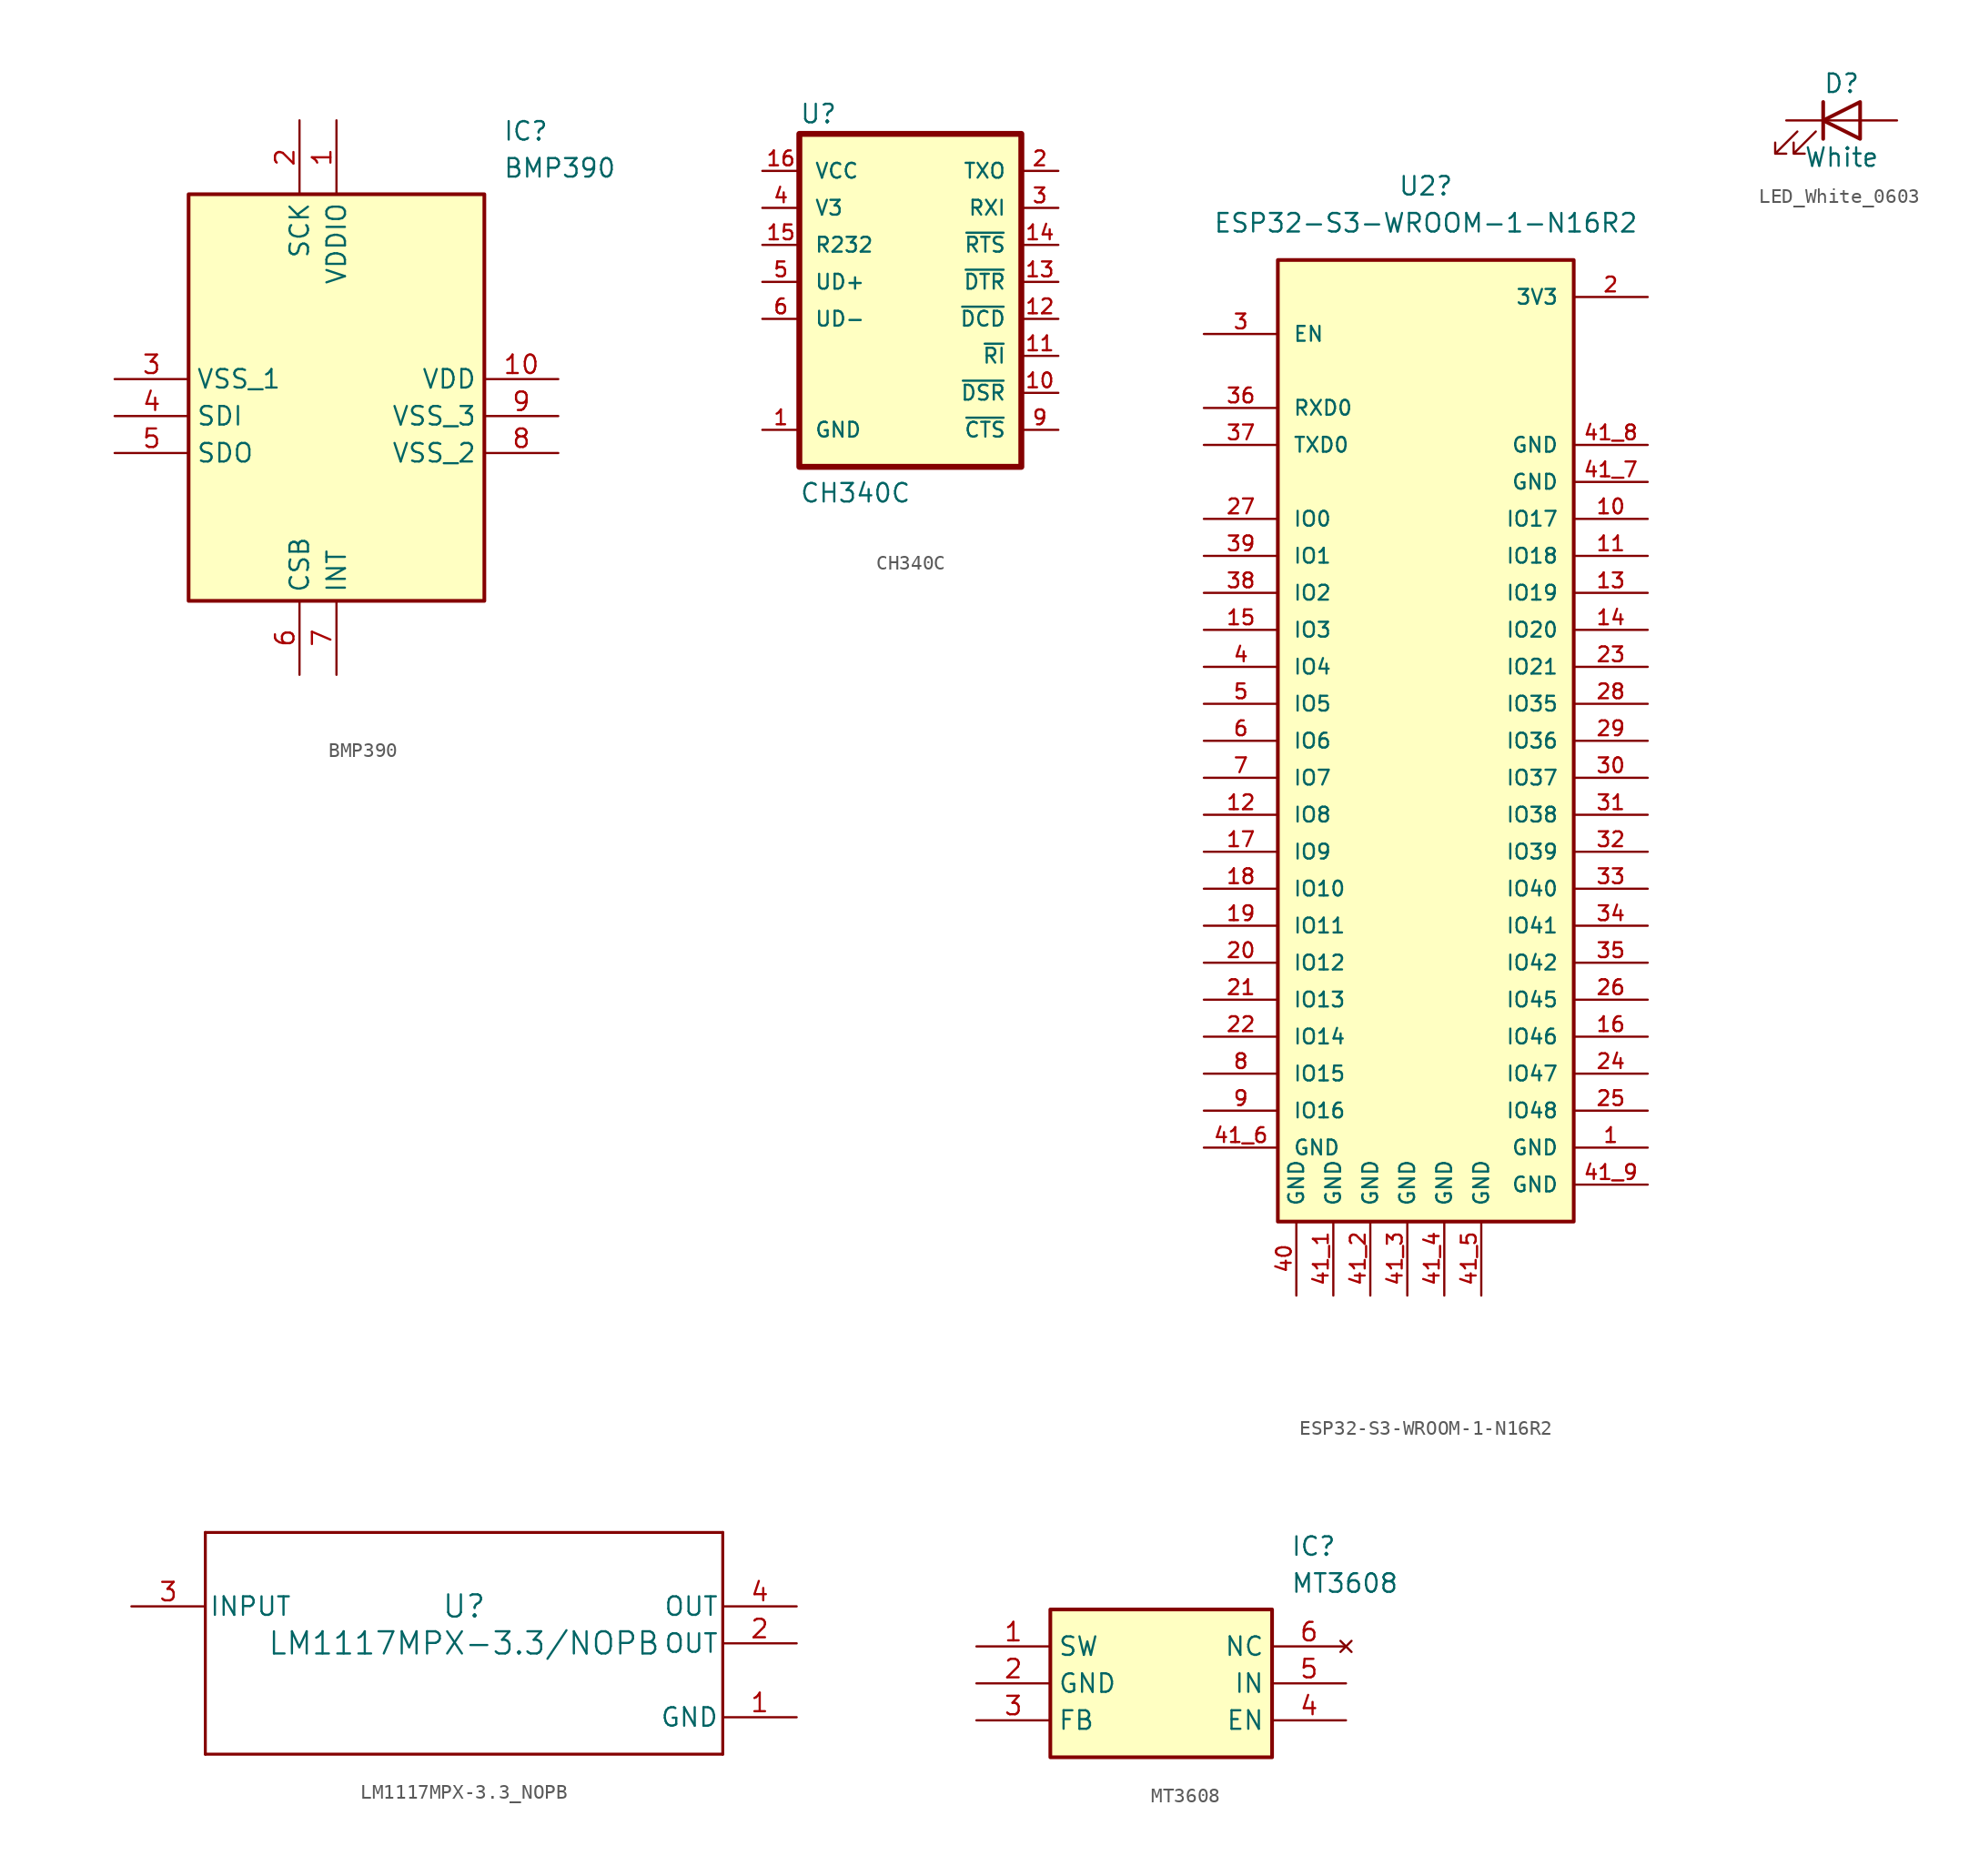
<source format=kicad_sym>
(kicad_symbol_lib
  (version 20220914)
  (generator kicad_symbol_editor)
  (symbol "BMP390"
    (property "Reference" "IC"
      (at 26.67 17.78 0)
      (effects (font (size 1.27 1.27)) (justify left top)))
    (property "Value" "BMP390"
      (at 26.67 15.24 0)
      (effects (font (size 1.27 1.27)) (justify left top)))
    (symbol "BMP390_1_1"
      (rectangle (start 5.08 12.7) (end 25.4 -15.24) (stroke (width 0.254) (type default)) (fill (type background)))
      (pin passive line (at 15.24 17.78 270) (length 5.08) (name "VDDIO" (effects (font (size 1.27 1.27)))) (number "1" (effects (font (size 1.27 1.27)))))
      (pin passive line (at 30.48 0 180) (length 5.08) (name "VDD" (effects (font (size 1.27 1.27)))) (number "10" (effects (font (size 1.27 1.27)))))
      (pin passive line (at 12.7 17.78 270) (length 5.08) (name "SCK" (effects (font (size 1.27 1.27)))) (number "2" (effects (font (size 1.27 1.27)))))
      (pin passive line (at 0 0 0) (length 5.08) (name "VSS_1" (effects (font (size 1.27 1.27)))) (number "3" (effects (font (size 1.27 1.27)))))
      (pin passive line (at 0 -2.54 0) (length 5.08) (name "SDI" (effects (font (size 1.27 1.27)))) (number "4" (effects (font (size 1.27 1.27)))))
      (pin passive line (at 0 -5.08 0) (length 5.08) (name "SDO" (effects (font (size 1.27 1.27)))) (number "5" (effects (font (size 1.27 1.27)))))
      (pin passive line (at 12.7 -20.32 90) (length 5.08) (name "CSB" (effects (font (size 1.27 1.27)))) (number "6" (effects (font (size 1.27 1.27)))))
      (pin passive line (at 15.24 -20.32 90) (length 5.08) (name "INT" (effects (font (size 1.27 1.27)))) (number "7" (effects (font (size 1.27 1.27)))))
      (pin passive line (at 30.48 -5.08 180) (length 5.08) (name "VSS_2" (effects (font (size 1.27 1.27)))) (number "8" (effects (font (size 1.27 1.27)))))
      (pin passive line (at 30.48 -2.54 180) (length 5.08) (name "VSS_3" (effects (font (size 1.27 1.27)))) (number "9" (effects (font (size 1.27 1.27)))))))
  (symbol "CH340C"
    (pin_names
      (offset 1.016))
    (property "Reference" "U"
      (at -7.62 10.795 0)
      (effects (font (size 1.27 1.27)) (justify left bottom)))
    (property "Value" "CH340C"
      (at -7.62 -15.24 0)
      (effects (font (size 1.27 1.27)) (justify left bottom)))
    (symbol "CH340C_0_0"
      (rectangle (start -7.62 -12.7) (end 7.62 10.16) (stroke (width 0.406) (type default)) (fill (type background)))
      (pin bidirectional line (at -10.16 -10.16 0) (length 2.54) (name "GND" (effects (font (size 1.016 1.016)))) (number "1" (effects (font (size 1.016 1.016)))))
      (pin bidirectional line (at 10.16 -7.62 180) (length 2.54) (name "~{DSR}" (effects (font (size 1.016 1.016)))) (number "10" (effects (font (size 1.016 1.016)))))
      (pin bidirectional line (at 10.16 -5.08 180) (length 2.54) (name "~{RI}" (effects (font (size 1.016 1.016)))) (number "11" (effects (font (size 1.016 1.016)))))
      (pin bidirectional line (at 10.16 -2.54 180) (length 2.54) (name "~{DCD}" (effects (font (size 1.016 1.016)))) (number "12" (effects (font (size 1.016 1.016)))))
      (pin bidirectional line (at 10.16 0 180) (length 2.54) (name "~{DTR}" (effects (font (size 1.016 1.016)))) (number "13" (effects (font (size 1.016 1.016)))))
      (pin bidirectional line (at 10.16 2.54 180) (length 2.54) (name "~{RTS}" (effects (font (size 1.016 1.016)))) (number "14" (effects (font (size 1.016 1.016)))))
      (pin bidirectional line (at -10.16 2.54 0) (length 2.54) (name "R232" (effects (font (size 1.016 1.016)))) (number "15" (effects (font (size 1.016 1.016)))))
      (pin bidirectional line (at -10.16 7.62 0) (length 2.54) (name "VCC" (effects (font (size 1.016 1.016)))) (number "16" (effects (font (size 1.016 1.016)))))
      (pin bidirectional line (at 10.16 7.62 180) (length 2.54) (name "TXO" (effects (font (size 1.016 1.016)))) (number "2" (effects (font (size 1.016 1.016)))))
      (pin bidirectional line (at 10.16 5.08 180) (length 2.54) (name "RXI" (effects (font (size 1.016 1.016)))) (number "3" (effects (font (size 1.016 1.016)))))
      (pin bidirectional line (at -10.16 5.08 0) (length 2.54) (name "V3" (effects (font (size 1.016 1.016)))) (number "4" (effects (font (size 1.016 1.016)))))
      (pin bidirectional line (at -10.16 0 0) (length 2.54) (name "UD+" (effects (font (size 1.016 1.016)))) (number "5" (effects (font (size 1.016 1.016)))))
      (pin bidirectional line (at -10.16 -2.54 0) (length 2.54) (name "UD-" (effects (font (size 1.016 1.016)))) (number "6" (effects (font (size 1.016 1.016)))))
      (pin bidirectional line (at 10.16 -10.16 180) (length 2.54) (name "~{CTS}" (effects (font (size 1.016 1.016)))) (number "9" (effects (font (size 1.016 1.016)))))))
  (symbol "ESP32-S3-WROOM-1-N16R2"
    (pin_names
      (offset 1.016))
    (property "Reference" "U2"
      (at 0 38.1 0)
      (effects (font (size 1.27 1.27))))
    (property "Value" "ESP32-S3-WROOM-1-N16R2"
      (at 0 35.56 0)
      (effects (font (size 1.27 1.27))))
    (symbol "ESP32-S3-WROOM-1-N16R2_0_0"
      (rectangle (start -10.16 -33.02) (end 10.16 33.02) (stroke (width 0.254) (type default)) (fill (type background)))
      (pin power_in line (at 15.24 -27.94 180) (length 5.08) (name "GND" (effects (font (size 1.016 1.016)))) (number "1" (effects (font (size 1.016 1.016)))))
      (pin bidirectional line (at 15.24 15.24 180) (length 5.08) (name "IO17" (effects (font (size 1.016 1.016)))) (number "10" (effects (font (size 1.016 1.016)))))
      (pin bidirectional line (at 15.24 12.7 180) (length 5.08) (name "IO18" (effects (font (size 1.016 1.016)))) (number "11" (effects (font (size 1.016 1.016)))))
      (pin bidirectional line (at -15.24 -5.08 0) (length 5.08) (name "IO8" (effects (font (size 1.016 1.016)))) (number "12" (effects (font (size 1.016 1.016)))))
      (pin bidirectional line (at 15.24 10.16 180) (length 5.08) (name "IO19" (effects (font (size 1.016 1.016)))) (number "13" (effects (font (size 1.016 1.016)))))
      (pin bidirectional line (at 15.24 7.62 180) (length 5.08) (name "IO20" (effects (font (size 1.016 1.016)))) (number "14" (effects (font (size 1.016 1.016)))))
      (pin bidirectional line (at -15.24 7.62 0) (length 5.08) (name "IO3" (effects (font (size 1.016 1.016)))) (number "15" (effects (font (size 1.016 1.016)))))
      (pin bidirectional line (at 15.24 -20.32 180) (length 5.08) (name "IO46" (effects (font (size 1.016 1.016)))) (number "16" (effects (font (size 1.016 1.016)))))
      (pin bidirectional line (at -15.24 -7.62 0) (length 5.08) (name "IO9" (effects (font (size 1.016 1.016)))) (number "17" (effects (font (size 1.016 1.016)))))
      (pin bidirectional line (at -15.24 -10.16 0) (length 5.08) (name "IO10" (effects (font (size 1.016 1.016)))) (number "18" (effects (font (size 1.016 1.016)))))
      (pin bidirectional line (at -15.24 -12.7 0) (length 5.08) (name "IO11" (effects (font (size 1.016 1.016)))) (number "19" (effects (font (size 1.016 1.016)))))
      (pin power_in line (at 15.24 30.48 180) (length 5.08) (name "3V3" (effects (font (size 1.016 1.016)))) (number "2" (effects (font (size 1.016 1.016)))))
      (pin bidirectional line (at -15.24 -15.24 0) (length 5.08) (name "IO12" (effects (font (size 1.016 1.016)))) (number "20" (effects (font (size 1.016 1.016)))))
      (pin bidirectional line (at -15.24 -17.78 0) (length 5.08) (name "IO13" (effects (font (size 1.016 1.016)))) (number "21" (effects (font (size 1.016 1.016)))))
      (pin bidirectional line (at -15.24 -20.32 0) (length 5.08) (name "IO14" (effects (font (size 1.016 1.016)))) (number "22" (effects (font (size 1.016 1.016)))))
      (pin bidirectional line (at 15.24 5.08 180) (length 5.08) (name "IO21" (effects (font (size 1.016 1.016)))) (number "23" (effects (font (size 1.016 1.016)))))
      (pin bidirectional line (at 15.24 -22.86 180) (length 5.08) (name "IO47" (effects (font (size 1.016 1.016)))) (number "24" (effects (font (size 1.016 1.016)))))
      (pin bidirectional line (at 15.24 -25.4 180) (length 5.08) (name "IO48" (effects (font (size 1.016 1.016)))) (number "25" (effects (font (size 1.016 1.016)))))
      (pin bidirectional line (at 15.24 -17.78 180) (length 5.08) (name "IO45" (effects (font (size 1.016 1.016)))) (number "26" (effects (font (size 1.016 1.016)))))
      (pin bidirectional line (at -15.24 15.24 0) (length 5.08) (name "IO0" (effects (font (size 1.016 1.016)))) (number "27" (effects (font (size 1.016 1.016)))))
      (pin bidirectional line (at 15.24 2.54 180) (length 5.08) (name "IO35" (effects (font (size 1.016 1.016)))) (number "28" (effects (font (size 1.016 1.016)))))
      (pin bidirectional line (at 15.24 0 180) (length 5.08) (name "IO36" (effects (font (size 1.016 1.016)))) (number "29" (effects (font (size 1.016 1.016)))))
      (pin input line (at -15.24 27.94 0) (length 5.08) (name "EN" (effects (font (size 1.016 1.016)))) (number "3" (effects (font (size 1.016 1.016)))))
      (pin bidirectional line (at 15.24 -2.54 180) (length 5.08) (name "IO37" (effects (font (size 1.016 1.016)))) (number "30" (effects (font (size 1.016 1.016)))))
      (pin bidirectional line (at 15.24 -5.08 180) (length 5.08) (name "IO38" (effects (font (size 1.016 1.016)))) (number "31" (effects (font (size 1.016 1.016)))))
      (pin bidirectional line (at 15.24 -7.62 180) (length 5.08) (name "IO39" (effects (font (size 1.016 1.016)))) (number "32" (effects (font (size 1.016 1.016)))))
      (pin bidirectional line (at 15.24 -10.16 180) (length 5.08) (name "IO40" (effects (font (size 1.016 1.016)))) (number "33" (effects (font (size 1.016 1.016)))))
      (pin bidirectional line (at 15.24 -12.7 180) (length 5.08) (name "IO41" (effects (font (size 1.016 1.016)))) (number "34" (effects (font (size 1.016 1.016)))))
      (pin bidirectional line (at 15.24 -15.24 180) (length 5.08) (name "IO42" (effects (font (size 1.016 1.016)))) (number "35" (effects (font (size 1.016 1.016)))))
      (pin bidirectional line (at -15.24 22.86 0) (length 5.08) (name "RXD0" (effects (font (size 1.016 1.016)))) (number "36" (effects (font (size 1.016 1.016)))))
      (pin bidirectional line (at -15.24 20.32 0) (length 5.08) (name "TXD0" (effects (font (size 1.016 1.016)))) (number "37" (effects (font (size 1.016 1.016)))))
      (pin bidirectional line (at -15.24 10.16 0) (length 5.08) (name "IO2" (effects (font (size 1.016 1.016)))) (number "38" (effects (font (size 1.016 1.016)))))
      (pin bidirectional line (at -15.24 12.7 0) (length 5.08) (name "IO1" (effects (font (size 1.016 1.016)))) (number "39" (effects (font (size 1.016 1.016)))))
      (pin bidirectional line (at -15.24 5.08 0) (length 5.08) (name "IO4" (effects (font (size 1.016 1.016)))) (number "4" (effects (font (size 1.016 1.016)))))
      (pin power_in line (at -8.89 -38.1 90) (length 5.08) (name "GND" (effects (font (size 1.016 1.016)))) (number "40" (effects (font (size 1.016 1.016)))))
      (pin power_in line (at -6.35 -38.1 90) (length 5.08) (name "GND" (effects (font (size 1.016 1.016)))) (number "41_1" (effects (font (size 1.016 1.016)))))
      (pin power_in line (at -3.81 -38.1 90) (length 5.08) (name "GND" (effects (font (size 1.016 1.016)))) (number "41_2" (effects (font (size 1.016 1.016)))))
      (pin power_in line (at -1.27 -38.1 90) (length 5.08) (name "GND" (effects (font (size 1.016 1.016)))) (number "41_3" (effects (font (size 1.016 1.016)))))
      (pin power_in line (at 1.27 -38.1 90) (length 5.08) (name "GND" (effects (font (size 1.016 1.016)))) (number "41_4" (effects (font (size 1.016 1.016)))))
      (pin power_in line (at 3.81 -38.1 90) (length 5.08) (name "GND" (effects (font (size 1.016 1.016)))) (number "41_5" (effects (font (size 1.016 1.016)))))
      (pin power_in line (at -15.24 -27.94 0) (length 5.08) (name "GND" (effects (font (size 1.016 1.016)))) (number "41_6" (effects (font (size 1.016 1.016)))))
      (pin power_in line (at 15.24 17.78 180) (length 5.08) (name "GND" (effects (font (size 1.016 1.016)))) (number "41_7" (effects (font (size 1.016 1.016)))))
      (pin power_in line (at 15.24 20.32 180) (length 5.08) (name "GND" (effects (font (size 1.016 1.016)))) (number "41_8" (effects (font (size 1.016 1.016)))))
      (pin power_in line (at 15.24 -30.48 180) (length 5.08) (name "GND" (effects (font (size 1.016 1.016)))) (number "41_9" (effects (font (size 1.016 1.016)))))
      (pin bidirectional line (at -15.24 2.54 0) (length 5.08) (name "IO5" (effects (font (size 1.016 1.016)))) (number "5" (effects (font (size 1.016 1.016)))))
      (pin bidirectional line (at -15.24 0 0) (length 5.08) (name "IO6" (effects (font (size 1.016 1.016)))) (number "6" (effects (font (size 1.016 1.016)))))
      (pin bidirectional line (at -15.24 -2.54 0) (length 5.08) (name "IO7" (effects (font (size 1.016 1.016)))) (number "7" (effects (font (size 1.016 1.016)))))
      (pin bidirectional line (at -15.24 -22.86 0) (length 5.08) (name "IO15" (effects (font (size 1.016 1.016)))) (number "8" (effects (font (size 1.016 1.016)))))
      (pin bidirectional line (at -15.24 -25.4 0) (length 5.08) (name "IO16" (effects (font (size 1.016 1.016)))) (number "9" (effects (font (size 1.016 1.016)))))))
  (symbol "LED_White_0603"
    (pin_numbers hide)
    (pin_names
      (offset 1.016) hide)
    (property "Reference" "D"
      (at 0 2.54 0)
      (effects (font (size 1.27 1.27))))
    (property "Value" "White"
      (at 0 -2.54 0)
      (effects (font (size 1.27 1.27))))
    (symbol "LED_White_0603_0_1"
      (polyline (pts (xy -1.27 -1.27) (xy -1.27 1.27)) (stroke (width 0.254) (type default)) (fill (type none)))
      (polyline (pts (xy -1.27 0) (xy 1.27 0)) (stroke (width 0) (type default)) (fill (type none)))
      (polyline (pts (xy 1.27 -1.27) (xy 1.27 1.27) (xy -1.27 0) (xy 1.27 -1.27)) (stroke (width 0.254) (type default)) (fill (type none)))
      (polyline (pts (xy -3.048 -0.762) (xy -4.572 -2.286) (xy -3.81 -2.286) (xy -4.572 -2.286) (xy -4.572 -1.524)) (stroke (width 0) (type default)) (fill (type none)))
      (polyline (pts (xy -1.778 -0.762) (xy -3.302 -2.286) (xy -2.54 -2.286) (xy -3.302 -2.286) (xy -3.302 -1.524)) (stroke (width 0) (type default)) (fill (type none))))
    (symbol "LED_White_0603_1_1"
      (pin passive line (at -3.81 0 0) (length 2.54) (name "K" (effects (font (size 1.27 1.27)))) (number "1" (effects (font (size 1.27 1.27)))))
      (pin passive line (at 3.81 0 180) (length 2.54) (name "A" (effects (font (size 1.27 1.27)))) (number "2" (effects (font (size 1.27 1.27)))))))
  (symbol "LM1117MPX-3.3_NOPB"
    (pin_names
      (offset 0.254))
    (property "Reference" "U"
      (at 0 2.54 0)
      (effects (font (size 1.524 1.524))))
    (property "Value" "LM1117MPX-3.3/NOPB"
      (at 0 0 0)
      (effects (font (size 1.524 1.524))))
    (property "ki_locked" ""
      (at 0 0 0)
      (effects (font (size 1.27 1.27))))
    (symbol "LM1117MPX-3.3_NOPB_0_1"
      (polyline (pts (xy -17.78 -7.62) (xy 17.78 -7.62)) (stroke (width 0.203) (type default)) (fill (type none)))
      (polyline (pts (xy -17.78 7.62) (xy -17.78 -7.62)) (stroke (width 0.203) (type default)) (fill (type none)))
      (polyline (pts (xy 17.78 -7.62) (xy 17.78 7.62)) (stroke (width 0.203) (type default)) (fill (type none)))
      (polyline (pts (xy 17.78 7.62) (xy -17.78 7.62)) (stroke (width 0.203) (type default)) (fill (type none)))
      (pin power_in line (at 22.86 -5.08 180) (length 5.08) (name "GND" (effects (font (size 1.27 1.27)))) (number "1" (effects (font (size 1.27 1.27)))))
      (pin power_in line (at 22.86 0 180) (length 5.08) (name "OUT" (effects (font (size 1.27 1.27)))) (number "2" (effects (font (size 1.27 1.27)))))
      (pin power_in line (at -22.86 2.54 0) (length 5.08) (name "INPUT" (effects (font (size 1.27 1.27)))) (number "3" (effects (font (size 1.27 1.27)))))
      (pin power_in line (at 22.86 2.54 180) (length 5.08) (name "OUT" (effects (font (size 1.27 1.27)))) (number "4" (effects (font (size 1.27 1.27)))))))
  (symbol "MT3608"
    (property "Reference" "IC"
      (at 21.59 7.62 0)
      (effects (font (size 1.27 1.27)) (justify left top)))
    (property "Value" "MT3608"
      (at 21.59 5.08 0)
      (effects (font (size 1.27 1.27)) (justify left top)))
    (symbol "MT3608_1_1"
      (rectangle (start 5.08 2.54) (end 20.32 -7.62) (stroke (width 0.254) (type default)) (fill (type background)))
      (pin passive line (at 0 0 0) (length 5.08) (name "SW" (effects (font (size 1.27 1.27)))) (number "1" (effects (font (size 1.27 1.27)))))
      (pin passive line (at 0 -2.54 0) (length 5.08) (name "GND" (effects (font (size 1.27 1.27)))) (number "2" (effects (font (size 1.27 1.27)))))
      (pin passive line (at 0 -5.08 0) (length 5.08) (name "FB" (effects (font (size 1.27 1.27)))) (number "3" (effects (font (size 1.27 1.27)))))
      (pin passive line (at 25.4 -5.08 180) (length 5.08) (name "EN" (effects (font (size 1.27 1.27)))) (number "4" (effects (font (size 1.27 1.27)))))
      (pin passive line (at 25.4 -2.54 180) (length 5.08) (name "IN" (effects (font (size 1.27 1.27)))) (number "5" (effects (font (size 1.27 1.27)))))
      (pin no_connect line (at 25.4 0 180) (length 5.08) (name "NC" (effects (font (size 1.27 1.27)))) (number "6" (effects (font (size 1.27 1.27))))))))
</source>
